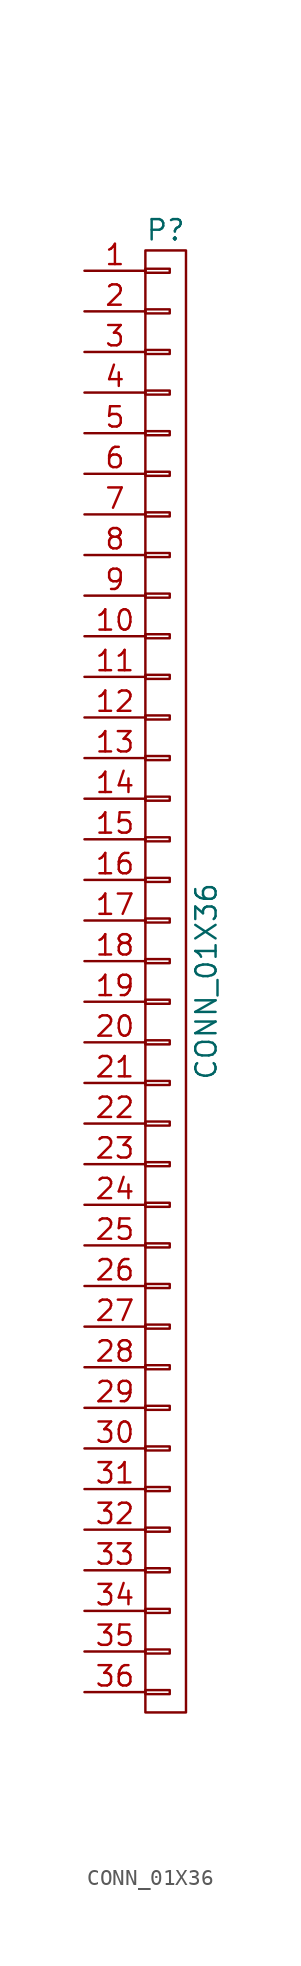
<source format=kicad_sym>
(kicad_symbol_lib
  (version 20231120)
  (generator "kicad_symbol_editor")
  (generator_version "8.0")
  (symbol "CONN_01X36"
    (pin_names
      (offset 1.016) hide)
    (property "Reference" "P"
      (at 0 46.99 0)
      (effects (font (size 1.27 1.27))))
    (property "Value" "CONN_01X36"
      (at 2.54 0 90)
      (effects (font (size 1.27 1.27))))
    (property "Footprint" ""
      (at 0 0 0)
      (effects (font (size 1.27 1.27))))
    (property "Datasheet" ""
      (at 0 0 0)
      (effects (font (size 1.27 1.27))))
    (symbol "CONN_01X36_0_1"
      (rectangle (start -1.27 -45.72) (end 1.27 45.72) (stroke (width 0) (type solid)) (fill (type none)))
      (rectangle (start -1.27 -44.323) (end 0.254 -44.577) (stroke (width 0) (type solid)) (fill (type none)))
      (rectangle (start -1.27 -41.783) (end 0.254 -42.037) (stroke (width 0) (type solid)) (fill (type none)))
      (rectangle (start -1.27 -39.243) (end 0.254 -39.497) (stroke (width 0) (type solid)) (fill (type none)))
      (rectangle (start -1.27 -36.703) (end 0.254 -36.957) (stroke (width 0) (type solid)) (fill (type none)))
      (rectangle (start -1.27 -34.163) (end 0.254 -34.417) (stroke (width 0) (type solid)) (fill (type none)))
      (rectangle (start -1.27 -31.623) (end 0.254 -31.877) (stroke (width 0) (type solid)) (fill (type none)))
      (rectangle (start -1.27 -29.083) (end 0.254 -29.337) (stroke (width 0) (type solid)) (fill (type none)))
      (rectangle (start -1.27 -26.543) (end 0.254 -26.797) (stroke (width 0) (type solid)) (fill (type none)))
      (rectangle (start -1.27 -24.003) (end 0.254 -24.257) (stroke (width 0) (type solid)) (fill (type none)))
      (rectangle (start -1.27 -21.463) (end 0.254 -21.717) (stroke (width 0) (type solid)) (fill (type none)))
      (rectangle (start -1.27 -18.923) (end 0.254 -19.177) (stroke (width 0) (type solid)) (fill (type none)))
      (rectangle (start -1.27 -16.383) (end 0.254 -16.637) (stroke (width 0) (type solid)) (fill (type none)))
      (rectangle (start -1.27 -13.843) (end 0.254 -14.097) (stroke (width 0) (type solid)) (fill (type none)))
      (rectangle (start -1.27 -11.303) (end 0.254 -11.557) (stroke (width 0) (type solid)) (fill (type none)))
      (rectangle (start -1.27 -8.763) (end 0.254 -9.017) (stroke (width 0) (type solid)) (fill (type none)))
      (rectangle (start -1.27 -6.223) (end 0.254 -6.477) (stroke (width 0) (type solid)) (fill (type none)))
      (rectangle (start -1.27 -3.683) (end 0.254 -3.937) (stroke (width 0) (type solid)) (fill (type none)))
      (rectangle (start -1.27 -1.143) (end 0.254 -1.397) (stroke (width 0) (type solid)) (fill (type none)))
      (rectangle (start -1.27 1.397) (end 0.254 1.143) (stroke (width 0) (type solid)) (fill (type none)))
      (rectangle (start -1.27 3.937) (end 0.254 3.683) (stroke (width 0) (type solid)) (fill (type none)))
      (rectangle (start -1.27 6.477) (end 0.254 6.223) (stroke (width 0) (type solid)) (fill (type none)))
      (rectangle (start -1.27 9.017) (end 0.254 8.763) (stroke (width 0) (type solid)) (fill (type none)))
      (rectangle (start -1.27 11.557) (end 0.254 11.303) (stroke (width 0) (type solid)) (fill (type none)))
      (rectangle (start -1.27 14.097) (end 0.254 13.843) (stroke (width 0) (type solid)) (fill (type none)))
      (rectangle (start -1.27 16.637) (end 0.254 16.383) (stroke (width 0) (type solid)) (fill (type none)))
      (rectangle (start -1.27 19.177) (end 0.254 18.923) (stroke (width 0) (type solid)) (fill (type none)))
      (rectangle (start -1.27 21.717) (end 0.254 21.463) (stroke (width 0) (type solid)) (fill (type none)))
      (rectangle (start -1.27 24.257) (end 0.254 24.003) (stroke (width 0) (type solid)) (fill (type none)))
      (rectangle (start -1.27 26.797) (end 0.254 26.543) (stroke (width 0) (type solid)) (fill (type none)))
      (rectangle (start -1.27 29.337) (end 0.254 29.083) (stroke (width 0) (type solid)) (fill (type none)))
      (rectangle (start -1.27 31.877) (end 0.254 31.623) (stroke (width 0) (type solid)) (fill (type none)))
      (rectangle (start -1.27 34.417) (end 0.254 34.163) (stroke (width 0) (type solid)) (fill (type none)))
      (rectangle (start -1.27 36.957) (end 0.254 36.703) (stroke (width 0) (type solid)) (fill (type none)))
      (rectangle (start -1.27 39.497) (end 0.254 39.243) (stroke (width 0) (type solid)) (fill (type none)))
      (rectangle (start -1.27 42.037) (end 0.254 41.783) (stroke (width 0) (type solid)) (fill (type none)))
      (rectangle (start -1.27 44.577) (end 0.254 44.323) (stroke (width 0) (type solid)) (fill (type none))))
    (symbol "CONN_01X36_1_1"
      (pin passive line (at -5.08 44.45 0) (length 3.81) (name "P1" (effects (font (size 1.27 1.27)))) (number "1" (effects (font (size 1.27 1.27)))))
      (pin passive line (at -5.08 21.59 0) (length 3.81) (name "P10" (effects (font (size 1.27 1.27)))) (number "10" (effects (font (size 1.27 1.27)))))
      (pin passive line (at -5.08 19.05 0) (length 3.81) (name "P11" (effects (font (size 1.27 1.27)))) (number "11" (effects (font (size 1.27 1.27)))))
      (pin passive line (at -5.08 16.51 0) (length 3.81) (name "P12" (effects (font (size 1.27 1.27)))) (number "12" (effects (font (size 1.27 1.27)))))
      (pin passive line (at -5.08 13.97 0) (length 3.81) (name "P13" (effects (font (size 1.27 1.27)))) (number "13" (effects (font (size 1.27 1.27)))))
      (pin passive line (at -5.08 11.43 0) (length 3.81) (name "P14" (effects (font (size 1.27 1.27)))) (number "14" (effects (font (size 1.27 1.27)))))
      (pin passive line (at -5.08 8.89 0) (length 3.81) (name "P15" (effects (font (size 1.27 1.27)))) (number "15" (effects (font (size 1.27 1.27)))))
      (pin passive line (at -5.08 6.35 0) (length 3.81) (name "P16" (effects (font (size 1.27 1.27)))) (number "16" (effects (font (size 1.27 1.27)))))
      (pin passive line (at -5.08 3.81 0) (length 3.81) (name "P17" (effects (font (size 1.27 1.27)))) (number "17" (effects (font (size 1.27 1.27)))))
      (pin passive line (at -5.08 1.27 0) (length 3.81) (name "P18" (effects (font (size 1.27 1.27)))) (number "18" (effects (font (size 1.27 1.27)))))
      (pin passive line (at -5.08 -1.27 0) (length 3.81) (name "P19" (effects (font (size 1.27 1.27)))) (number "19" (effects (font (size 1.27 1.27)))))
      (pin passive line (at -5.08 41.91 0) (length 3.81) (name "P2" (effects (font (size 1.27 1.27)))) (number "2" (effects (font (size 1.27 1.27)))))
      (pin passive line (at -5.08 -3.81 0) (length 3.81) (name "P20" (effects (font (size 1.27 1.27)))) (number "20" (effects (font (size 1.27 1.27)))))
      (pin passive line (at -5.08 -6.35 0) (length 3.81) (name "P21" (effects (font (size 1.27 1.27)))) (number "21" (effects (font (size 1.27 1.27)))))
      (pin passive line (at -5.08 -8.89 0) (length 3.81) (name "P22" (effects (font (size 1.27 1.27)))) (number "22" (effects (font (size 1.27 1.27)))))
      (pin passive line (at -5.08 -11.43 0) (length 3.81) (name "P23" (effects (font (size 1.27 1.27)))) (number "23" (effects (font (size 1.27 1.27)))))
      (pin passive line (at -5.08 -13.97 0) (length 3.81) (name "P24" (effects (font (size 1.27 1.27)))) (number "24" (effects (font (size 1.27 1.27)))))
      (pin passive line (at -5.08 -16.51 0) (length 3.81) (name "P25" (effects (font (size 1.27 1.27)))) (number "25" (effects (font (size 1.27 1.27)))))
      (pin passive line (at -5.08 -19.05 0) (length 3.81) (name "P26" (effects (font (size 1.27 1.27)))) (number "26" (effects (font (size 1.27 1.27)))))
      (pin passive line (at -5.08 -21.59 0) (length 3.81) (name "P27" (effects (font (size 1.27 1.27)))) (number "27" (effects (font (size 1.27 1.27)))))
      (pin passive line (at -5.08 -24.13 0) (length 3.81) (name "P28" (effects (font (size 1.27 1.27)))) (number "28" (effects (font (size 1.27 1.27)))))
      (pin passive line (at -5.08 -26.67 0) (length 3.81) (name "P29" (effects (font (size 1.27 1.27)))) (number "29" (effects (font (size 1.27 1.27)))))
      (pin passive line (at -5.08 39.37 0) (length 3.81) (name "P3" (effects (font (size 1.27 1.27)))) (number "3" (effects (font (size 1.27 1.27)))))
      (pin passive line (at -5.08 -29.21 0) (length 3.81) (name "P30" (effects (font (size 1.27 1.27)))) (number "30" (effects (font (size 1.27 1.27)))))
      (pin passive line (at -5.08 -31.75 0) (length 3.81) (name "P31" (effects (font (size 1.27 1.27)))) (number "31" (effects (font (size 1.27 1.27)))))
      (pin passive line (at -5.08 -34.29 0) (length 3.81) (name "P32" (effects (font (size 1.27 1.27)))) (number "32" (effects (font (size 1.27 1.27)))))
      (pin passive line (at -5.08 -36.83 0) (length 3.81) (name "P33" (effects (font (size 1.27 1.27)))) (number "33" (effects (font (size 1.27 1.27)))))
      (pin passive line (at -5.08 -39.37 0) (length 3.81) (name "P34" (effects (font (size 1.27 1.27)))) (number "34" (effects (font (size 1.27 1.27)))))
      (pin passive line (at -5.08 -41.91 0) (length 3.81) (name "P35" (effects (font (size 1.27 1.27)))) (number "35" (effects (font (size 1.27 1.27)))))
      (pin passive line (at -5.08 -44.45 0) (length 3.81) (name "P36" (effects (font (size 1.27 1.27)))) (number "36" (effects (font (size 1.27 1.27)))))
      (pin passive line (at -5.08 36.83 0) (length 3.81) (name "P4" (effects (font (size 1.27 1.27)))) (number "4" (effects (font (size 1.27 1.27)))))
      (pin passive line (at -5.08 34.29 0) (length 3.81) (name "P5" (effects (font (size 1.27 1.27)))) (number "5" (effects (font (size 1.27 1.27)))))
      (pin passive line (at -5.08 31.75 0) (length 3.81) (name "P6" (effects (font (size 1.27 1.27)))) (number "6" (effects (font (size 1.27 1.27)))))
      (pin passive line (at -5.08 29.21 0) (length 3.81) (name "P7" (effects (font (size 1.27 1.27)))) (number "7" (effects (font (size 1.27 1.27)))))
      (pin passive line (at -5.08 26.67 0) (length 3.81) (name "P8" (effects (font (size 1.27 1.27)))) (number "8" (effects (font (size 1.27 1.27)))))
      (pin passive line (at -5.08 24.13 0) (length 3.81) (name "P9" (effects (font (size 1.27 1.27)))) (number "9" (effects (font (size 1.27 1.27))))))))
</source>
